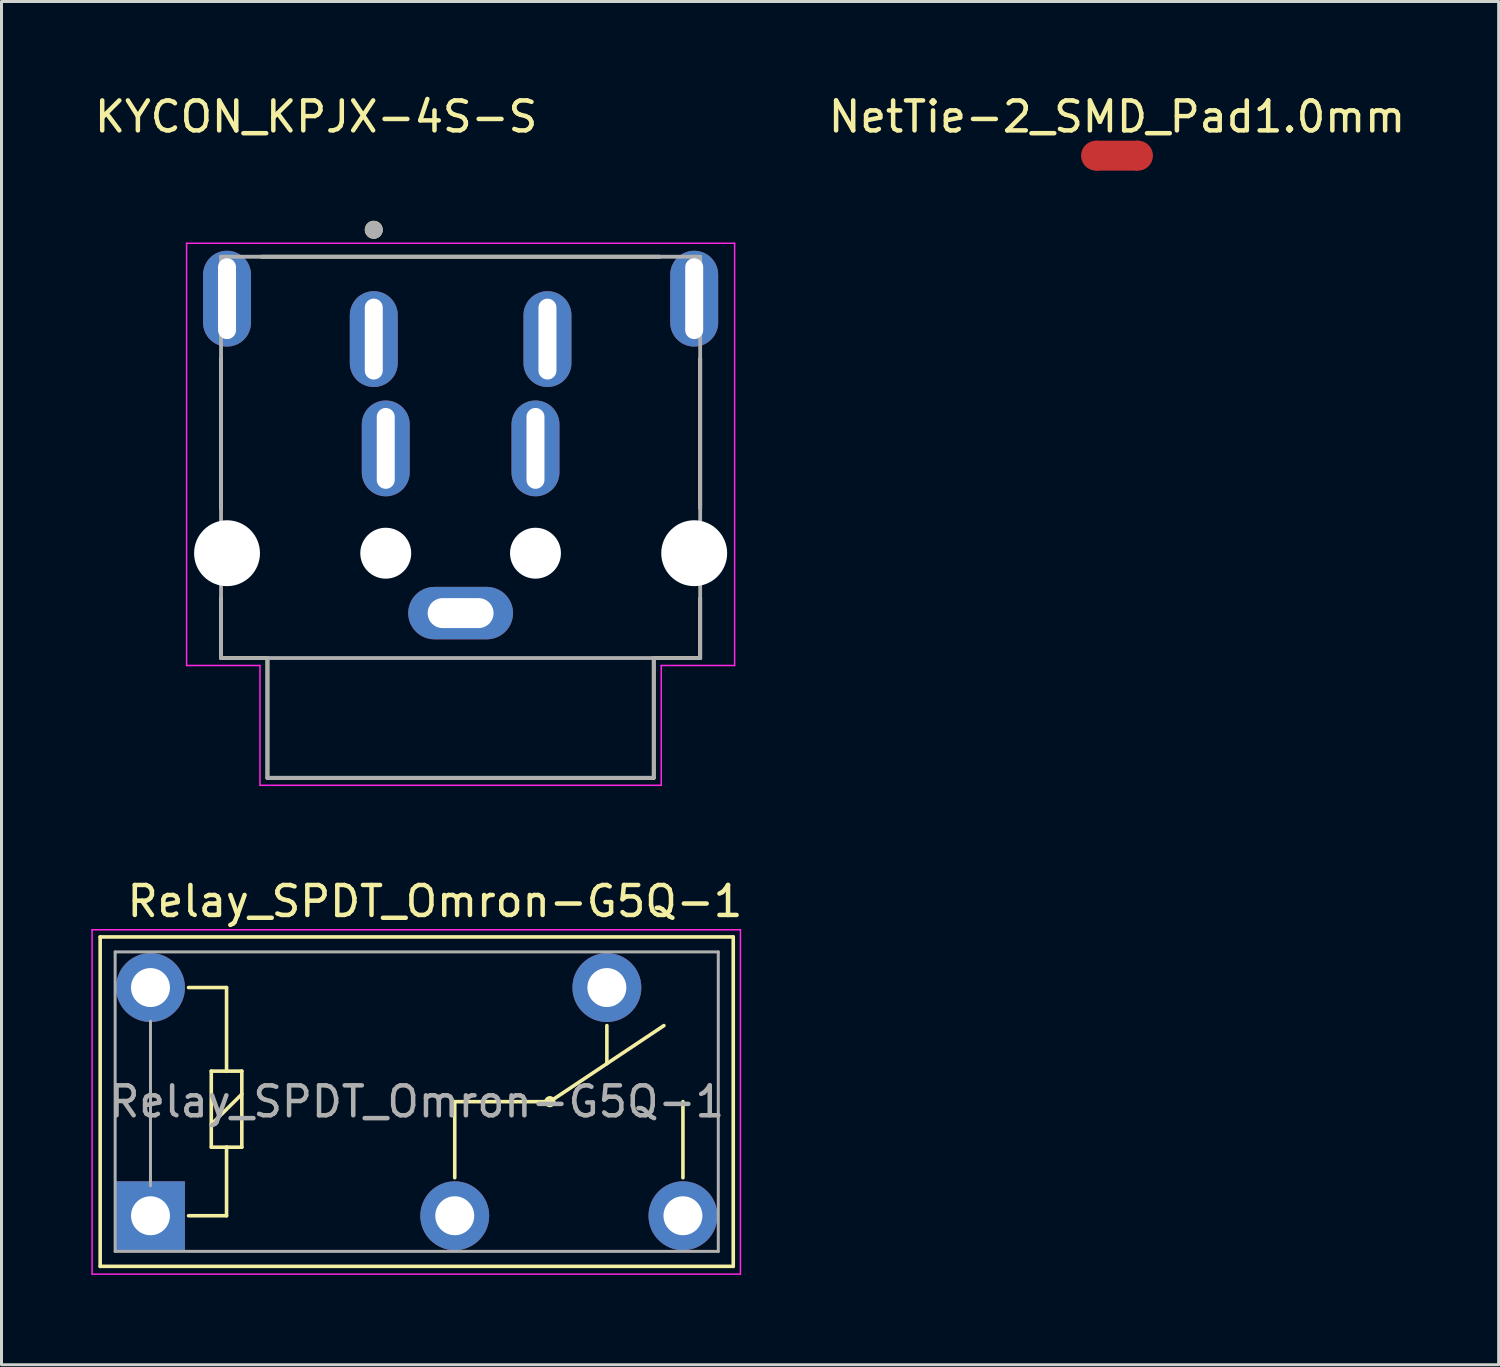
<source format=kicad_pcb>
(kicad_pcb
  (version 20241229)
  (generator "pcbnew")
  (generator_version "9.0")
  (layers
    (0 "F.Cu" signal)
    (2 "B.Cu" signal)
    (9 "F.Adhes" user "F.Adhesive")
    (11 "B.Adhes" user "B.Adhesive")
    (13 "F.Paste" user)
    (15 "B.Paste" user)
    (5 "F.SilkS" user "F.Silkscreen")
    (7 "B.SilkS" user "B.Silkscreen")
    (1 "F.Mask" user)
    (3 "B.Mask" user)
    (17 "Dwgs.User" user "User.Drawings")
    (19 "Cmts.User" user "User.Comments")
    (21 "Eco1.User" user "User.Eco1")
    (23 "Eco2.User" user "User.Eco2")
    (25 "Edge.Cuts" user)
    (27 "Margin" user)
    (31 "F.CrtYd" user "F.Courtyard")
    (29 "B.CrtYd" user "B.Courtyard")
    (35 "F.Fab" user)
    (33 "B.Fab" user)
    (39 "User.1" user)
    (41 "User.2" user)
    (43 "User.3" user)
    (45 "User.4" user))
  (footprint "Relay_SPDT_Omron-G5Q-1"
    (layer "F.Cu")
    (at 1.975 37.547)
    (property "Reference" "Relay_SPDT_Omron-G5Q-1" (at 9.5 -10.5 180) (layer "F.SilkS") (effects (font (size 1 1) (thickness 0.15))))
    (attr through_hole)
    (fp_line (start -1.68 -9.31) (end 19.46 -9.31) (stroke (width 0.12) (type solid)) (layer "F.SilkS"))
    (fp_line (start -1.68 1.69) (end -1.68 -9.31) (stroke (width 0.12) (type solid)) (layer "F.SilkS"))
    (fp_line (start -1.68 1.69) (end 19.46 1.69) (stroke (width 0.12) (type solid)) (layer "F.SilkS"))
    (fp_line (start 1.27 0) (end 2.54 0) (stroke (width 0.12) (type solid)) (layer "F.SilkS"))
    (fp_line (start 2.03 -4.83) (end 2.54 -4.83) (stroke (width 0.12) (type solid)) (layer "F.SilkS"))
    (fp_line (start 2.03 -3.05) (end 3.05 -4.06) (stroke (width 0.12) (type solid)) (layer "F.SilkS"))
    (fp_line (start 2.03 -2.29) (end 2.03 -4.83) (stroke (width 0.12) (type solid)) (layer "F.SilkS"))
    (fp_line (start 2.54 -7.62) (end 1.27 -7.62) (stroke (width 0.12) (type solid)) (layer "F.SilkS"))
    (fp_line (start 2.54 -4.83) (end 2.54 -7.62) (stroke (width 0.12) (type solid)) (layer "F.SilkS"))
    (fp_line (start 2.54 -4.83) (end 3.05 -4.83) (stroke (width 0.12) (type solid)) (layer "F.SilkS"))
    (fp_line (start 2.54 -2.29) (end 2.03 -2.29) (stroke (width 0.12) (type solid)) (layer "F.SilkS"))
    (fp_line (start 2.54 0) (end 2.54 -2.29) (stroke (width 0.12) (type solid)) (layer "F.SilkS"))
    (fp_line (start 3.05 -4.83) (end 3.05 -2.29) (stroke (width 0.12) (type solid)) (layer "F.SilkS"))
    (fp_line (start 3.05 -2.29) (end 2.54 -2.29) (stroke (width 0.12) (type solid)) (layer "F.SilkS"))
    (fp_line (start 10.16 -3.81) (end 13.335 -3.81) (stroke (width 0.12) (type solid)) (layer "F.SilkS"))
    (fp_line (start 10.16 -1.27) (end 10.16 -3.81) (stroke (width 0.12) (type solid)) (layer "F.SilkS"))
    (fp_line (start 13.335 -3.81) (end 17.145 -6.35) (stroke (width 0.12) (type solid)) (layer "F.SilkS"))
    (fp_line (start 15.24 -6.35) (end 15.24 -5.08) (stroke (width 0.12) (type solid)) (layer "F.SilkS"))
    (fp_line (start 17.78 -1.27) (end 17.78 -3.81) (stroke (width 0.12) (type solid)) (layer "F.SilkS"))
    (fp_line (start 19.46 1.69) (end 19.46 -9.31) (stroke (width 0.12) (type solid)) (layer "F.SilkS"))
    (fp_circle (center 13.335 -3.81) (end 13.462 -3.81) (stroke (width 0.12) (type solid)) (fill no) (layer "F.SilkS"))
    (fp_line (start -1.95 -9.55) (end 19.7 -9.55) (stroke (width 0.05) (type solid)) (layer "F.CrtYd"))
    (fp_line (start -1.95 1.95) (end -1.95 -9.55) (stroke (width 0.05) (type solid)) (layer "F.CrtYd"))
    (fp_line (start 19.7 -9.55) (end 19.7 1.95) (stroke (width 0.05) (type solid)) (layer "F.CrtYd"))
    (fp_line (start 19.7 1.95) (end -1.95 1.95) (stroke (width 0.05) (type solid)) (layer "F.CrtYd"))
    (fp_line (start -1.18 -8.81) (end 18.96 -8.81) (stroke (width 0.1) (type solid)) (layer "F.Fab"))
    (fp_line (start -1.18 1.19) (end -1.18 -8.81) (stroke (width 0.1) (type solid)) (layer "F.Fab"))
    (fp_line (start 0 -1) (end 0 -6.5) (stroke (width 0.1) (type solid)) (layer "F.Fab"))
    (fp_line (start 18.96 -8.81) (end 18.96 1.19) (stroke (width 0.1) (type solid)) (layer "F.Fab"))
    (fp_line (start 18.96 1.19) (end -1.18 1.19) (stroke (width 0.1) (type solid)) (layer "F.Fab"))
    (fp_text user "${REFERENCE}" (at 8.89 -3.81 0) (layer "F.Fab") (effects (font (size 1 1) (thickness 0.15))))
    (pad "1" thru_hole rect (at 0 0 180) (size 2.3 2.3) (drill 1.3) (layers "*.Cu" "*.Mask"))
    (pad "2" thru_hole circle (at 10.16 0 180) (size 2.3 2.3) (drill 1.3) (layers "*.Cu" "*.Mask"))
    (pad "3" thru_hole circle (at 17.78 0 180) (size 2.3 2.3) (drill 1.3) (layers "*.Cu" "*.Mask"))
    (pad "4" thru_hole circle (at 15.24 -7.62 180) (size 2.3 2.3) (drill 1.3) (layers "*.Cu" "*.Mask"))
    (pad "5" thru_hole circle (at 0 -7.62 180) (size 2.3 2.3) (drill 1.3) (layers "*.Cu" "*.Mask")))
  (footprint "NetTie-2_SMD_Pad1.0mm"
    (layer "F.Cu")
    (at 34.25 2.148)
    (property "Reference" "NetTie-2_SMD_Pad1.0mm" (at 0 -1.3 0) (layer "F.SilkS") (effects (font (size 1 1) (thickness 0.15))))
    (attr exclude_from_pos_files)
    (fp_poly (pts (xy -0.72 -0.5) (xy 0.72 -0.5) (xy 0.72 0.5) (xy -0.72 0.5)) (stroke (width 0) (type solid)) (fill yes) (layer "F.Cu"))
    (pad "1" smd circle (at -0.7 0) (size 1 1) (layers "F.Cu"))
    (pad "2" smd circle (at 0.7 0) (size 1 1) (layers "F.Cu")))
  (footprint "KYCON_KPJX-4S-S"
    (layer "F.Cu")
    (at 12.331 8.273)
    (property "Reference" "KYCON_KPJX-4S-S" (at -4.825 -7.425 0) (layer "F.SilkS") (effects (font (size 1 1) (thickness 0.15))))
    (attr through_hole)
    (fp_line (start -8 0.65) (end -8 5.65) (stroke (width 0.127) (type solid)) (layer "F.SilkS"))
    (fp_line (start -8 8.65) (end -8 10.65) (stroke (width 0.127) (type solid)) (layer "F.SilkS"))
    (fp_line (start -8 10.65) (end -6.45 10.65) (stroke (width 0.127) (type solid)) (layer "F.SilkS"))
    (fp_line (start -6.45 10.65) (end -6.45 14.65) (stroke (width 0.127) (type solid)) (layer "F.SilkS"))
    (fp_line (start -6.45 14.65) (end 6.45 14.65) (stroke (width 0.127) (type solid)) (layer "F.SilkS"))
    (fp_line (start 6.45 10.65) (end 8 10.65) (stroke (width 0.127) (type solid)) (layer "F.SilkS"))
    (fp_line (start 6.45 14.65) (end 6.45 10.65) (stroke (width 0.127) (type solid)) (layer "F.SilkS"))
    (fp_line (start 6.65 -2.75) (end -6.65 -2.75) (stroke (width 0.127) (type solid)) (layer "F.SilkS"))
    (fp_line (start 8 5.65) (end 8 0.65) (stroke (width 0.127) (type solid)) (layer "F.SilkS"))
    (fp_line (start 8 10.65) (end 8 8.65) (stroke (width 0.127) (type solid)) (layer "F.SilkS"))
    (fp_circle (center -2.9 -3.65) (end -2.75 -3.65) (stroke (width 0.3) (type solid)) (fill no) (layer "F.SilkS"))
    (fp_line (start -9.15 -3.2) (end -9.15 10.9) (stroke (width 0.05) (type solid)) (layer "F.CrtYd"))
    (fp_line (start -9.15 -3.2) (end 9.15 -3.2) (stroke (width 0.05) (type solid)) (layer "F.CrtYd"))
    (fp_line (start -9.15 10.9) (end -6.7 10.9) (stroke (width 0.05) (type solid)) (layer "F.CrtYd"))
    (fp_line (start -6.7 10.9) (end -6.7 14.9) (stroke (width 0.05) (type solid)) (layer "F.CrtYd"))
    (fp_line (start 6.7 10.9) (end 6.7 14.9) (stroke (width 0.05) (type solid)) (layer "F.CrtYd"))
    (fp_line (start 6.7 14.9) (end -6.7 14.9) (stroke (width 0.05) (type solid)) (layer "F.CrtYd"))
    (fp_line (start 9.15 -3.2) (end 9.15 10.9) (stroke (width 0.05) (type solid)) (layer "F.CrtYd"))
    (fp_line (start 9.15 10.9) (end 6.7 10.9) (stroke (width 0.05) (type solid)) (layer "F.CrtYd"))
    (fp_line (start -8 -2.75) (end -8 10.65) (stroke (width 0.127) (type solid)) (layer "F.Fab"))
    (fp_line (start -8 10.65) (end -6.45 10.65) (stroke (width 0.127) (type solid)) (layer "F.Fab"))
    (fp_line (start -6.45 10.65) (end -6.45 14.65) (stroke (width 0.127) (type solid)) (layer "F.Fab"))
    (fp_line (start -6.45 10.65) (end 6.45 10.65) (stroke (width 0.127) (type solid)) (layer "F.Fab"))
    (fp_line (start -6.45 14.65) (end 6.45 14.65) (stroke (width 0.127) (type solid)) (layer "F.Fab"))
    (fp_line (start 6.45 10.65) (end 8 10.65) (stroke (width 0.127) (type solid)) (layer "F.Fab"))
    (fp_line (start 6.45 14.65) (end 6.45 10.65) (stroke (width 0.127) (type solid)) (layer "F.Fab"))
    (fp_line (start 8 -2.75) (end -8 -2.75) (stroke (width 0.127) (type solid)) (layer "F.Fab"))
    (fp_line (start 8 10.65) (end 8 -2.75) (stroke (width 0.127) (type solid)) (layer "F.Fab"))
    (fp_circle (center -2.9 -3.65) (end -2.75 -3.65) (stroke (width 0.3) (type solid)) (fill no) (layer "F.Fab"))
    (pad "" np_thru_hole circle (at -7.8 7.15) (size 2.2 2.2) (drill 2.2) (layers "*.Cu" "*.Mask"))
    (pad "" np_thru_hole circle (at -2.5 7.15) (size 1.7 1.7) (drill 1.7) (layers "*.Cu" "*.Mask"))
    (pad "" np_thru_hole circle (at 2.5 7.15) (size 1.7 1.7) (drill 1.7) (layers "*.Cu" "*.Mask"))
    (pad "" np_thru_hole circle (at 7.8 7.15) (size 2.2 2.2) (drill 2.2) (layers "*.Cu" "*.Mask"))
    (pad "1" thru_hole oval (at -2.9 0) (size 1.6 3.2) (drill oval 0.6 2.7) (layers "*.Cu" "*.Mask"))
    (pad "2" thru_hole oval (at -2.5 3.65) (size 1.6 3.2) (drill oval 0.6 2.7) (layers "*.Cu" "*.Mask"))
    (pad "3" thru_hole oval (at 2.5 3.65) (size 1.6 3.2) (drill oval 0.6 2.7) (layers "*.Cu" "*.Mask"))
    (pad "4" thru_hole oval (at 2.9 0) (size 1.6 3.2) (drill oval 0.6 2.7) (layers "*.Cu" "*.Mask"))
    (pad "S1" thru_hole oval (at 0 9.15) (size 3.5 1.75) (drill oval 2.2 1) (layers "*.Cu" "*.Mask"))
    (pad "S2" thru_hole oval (at -7.8 -1.35) (size 1.6 3.2) (drill oval 0.6 2.7) (layers "*.Cu" "*.Mask"))
    (pad "S3" thru_hole oval (at 7.8 -1.35) (size 1.6 3.2) (drill oval 0.6 2.7) (layers "*.Cu" "*.Mask")))
  (gr_rect
    (start -3 -3)
    (end 46.994 42.522)
    (stroke (width 0.1) (type default))
    (fill no)
    (layer "Edge.Cuts")))
</source>
